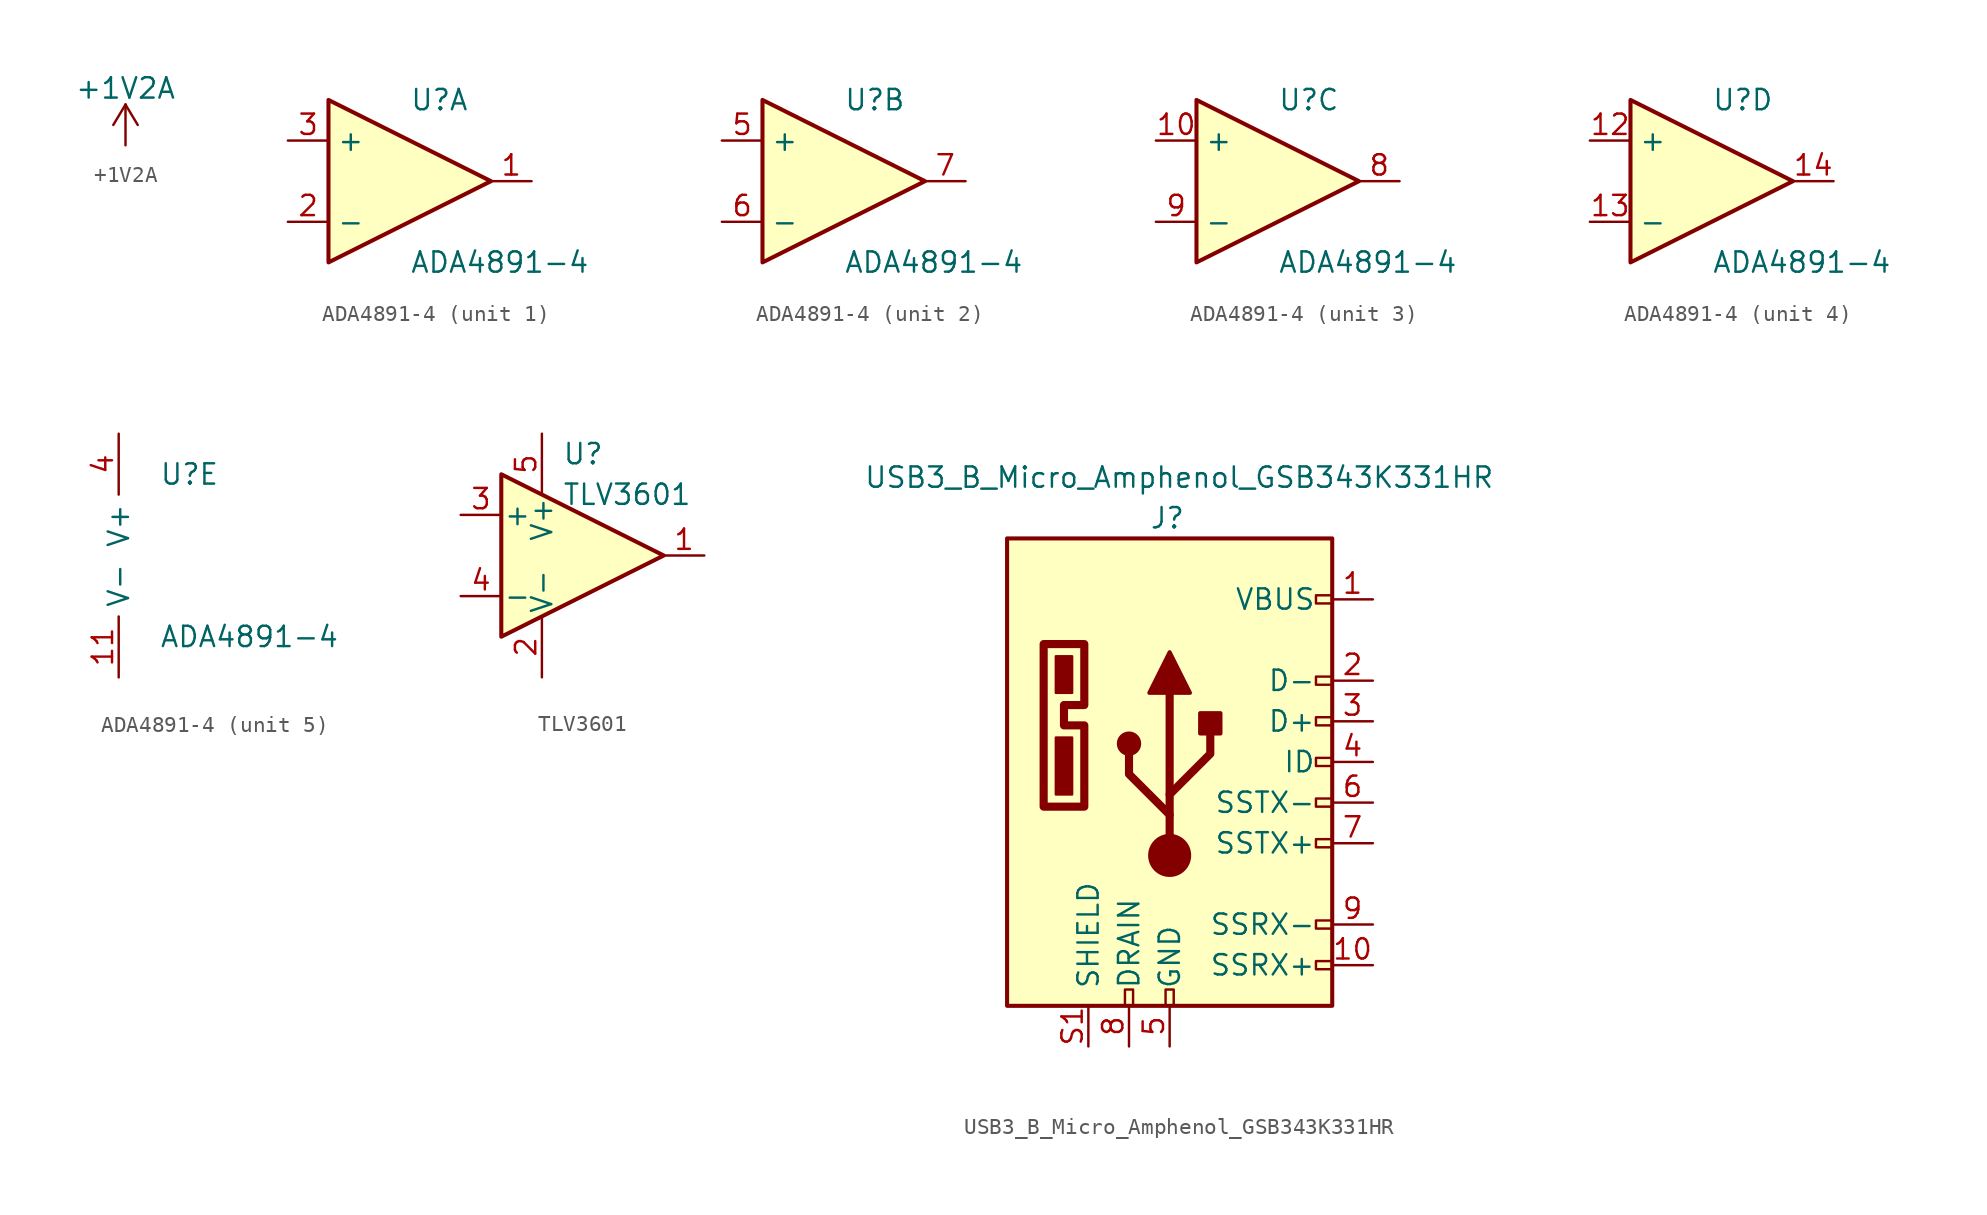
<source format=kicad_sym>
(kicad_symbol_lib
  (version 20211014)
  (generator kicad_symbol_editor)
  (symbol "+1V2A"
    (power)
    (pin_names
      (offset 0))
    (property "Reference" "#PWR"
      (at 0 -3.81 0)
      (effects (font (size 1.27 1.27)) hide))
    (property "Value" "+1V2A"
      (at 0 3.556 0)
      (effects (font (size 1.27 1.27))))
    (symbol "+1V2A_0_1"
      (polyline (pts (xy -0.762 1.27) (xy 0 2.54)) (stroke (width 0) (type default) (color 0 0 0 0)) (fill (type none)))
      (polyline (pts (xy 0 0) (xy 0 2.54)) (stroke (width 0) (type default) (color 0 0 0 0)) (fill (type none)))
      (polyline (pts (xy 0 2.54) (xy 0.762 1.27)) (stroke (width 0) (type default) (color 0 0 0 0)) (fill (type none))))
    (symbol "+1V2A_1_1"
      (pin power_in line (at 0 0 90) (length 0) hide (name "+1V2A" (effects (font (size 1.27 1.27)))) (number "1" (effects (font (size 1.27 1.27)))))))
  (symbol "ADA4891-4"
    (property "Reference" "U"
      (at 0 5.08 0)
      (effects (font (size 1.27 1.27)) (justify left)))
    (property "Value" "ADA4891-4"
      (at 0 -5.08 0)
      (effects (font (size 1.27 1.27)) (justify left)))
    (property "ki_locked" ""
      (at 0 0 0)
      (effects (font (size 1.27 1.27))))
    (symbol "ADA4891-4_1_1"
      (polyline (pts (xy -5.08 5.08) (xy 5.08 0) (xy -5.08 -5.08) (xy -5.08 5.08)) (stroke (width 0.254) (type default) (color 0 0 0 0)) (fill (type background)))
      (pin output line (at 7.62 0 180) (length 2.54) (name "~" (effects (font (size 1.27 1.27)))) (number "1" (effects (font (size 1.27 1.27)))))
      (pin input line (at -7.62 -2.54 0) (length 2.54) (name "-" (effects (font (size 1.27 1.27)))) (number "2" (effects (font (size 1.27 1.27)))))
      (pin input line (at -7.62 2.54 0) (length 2.54) (name "+" (effects (font (size 1.27 1.27)))) (number "3" (effects (font (size 1.27 1.27))))))
    (symbol "ADA4891-4_2_1"
      (polyline (pts (xy -5.08 5.08) (xy 5.08 0) (xy -5.08 -5.08) (xy -5.08 5.08)) (stroke (width 0.254) (type default) (color 0 0 0 0)) (fill (type background)))
      (pin input line (at -7.62 2.54 0) (length 2.54) (name "+" (effects (font (size 1.27 1.27)))) (number "5" (effects (font (size 1.27 1.27)))))
      (pin input line (at -7.62 -2.54 0) (length 2.54) (name "-" (effects (font (size 1.27 1.27)))) (number "6" (effects (font (size 1.27 1.27)))))
      (pin output line (at 7.62 0 180) (length 2.54) (name "~" (effects (font (size 1.27 1.27)))) (number "7" (effects (font (size 1.27 1.27))))))
    (symbol "ADA4891-4_3_1"
      (polyline (pts (xy -5.08 5.08) (xy 5.08 0) (xy -5.08 -5.08) (xy -5.08 5.08)) (stroke (width 0.254) (type default) (color 0 0 0 0)) (fill (type background)))
      (pin input line (at -7.62 2.54 0) (length 2.54) (name "+" (effects (font (size 1.27 1.27)))) (number "10" (effects (font (size 1.27 1.27)))))
      (pin output line (at 7.62 0 180) (length 2.54) (name "~" (effects (font (size 1.27 1.27)))) (number "8" (effects (font (size 1.27 1.27)))))
      (pin input line (at -7.62 -2.54 0) (length 2.54) (name "-" (effects (font (size 1.27 1.27)))) (number "9" (effects (font (size 1.27 1.27))))))
    (symbol "ADA4891-4_4_1"
      (polyline (pts (xy -5.08 5.08) (xy 5.08 0) (xy -5.08 -5.08) (xy -5.08 5.08)) (stroke (width 0.254) (type default) (color 0 0 0 0)) (fill (type background)))
      (pin input line (at -7.62 2.54 0) (length 2.54) (name "+" (effects (font (size 1.27 1.27)))) (number "12" (effects (font (size 1.27 1.27)))))
      (pin input line (at -7.62 -2.54 0) (length 2.54) (name "-" (effects (font (size 1.27 1.27)))) (number "13" (effects (font (size 1.27 1.27)))))
      (pin output line (at 7.62 0 180) (length 2.54) (name "~" (effects (font (size 1.27 1.27)))) (number "14" (effects (font (size 1.27 1.27))))))
    (symbol "ADA4891-4_5_1"
      (pin power_in line (at -2.54 -7.62 90) (length 3.81) (name "V-" (effects (font (size 1.27 1.27)))) (number "11" (effects (font (size 1.27 1.27)))))
      (pin power_in line (at -2.54 7.62 270) (length 3.81) (name "V+" (effects (font (size 1.27 1.27)))) (number "4" (effects (font (size 1.27 1.27)))))))
  (symbol "TLV3601"
    (pin_names
      (offset 0.127))
    (property "Reference" "U"
      (at -1.27 6.35 0)
      (effects (font (size 1.27 1.27)) (justify left)))
    (property "Value" "TLV3601"
      (at -1.27 3.81 0)
      (effects (font (size 1.27 1.27)) (justify left)))
    (symbol "TLV3601_0_1"
      (polyline (pts (xy -5.08 5.08) (xy 5.08 0) (xy -5.08 -5.08) (xy -5.08 5.08)) (stroke (width 0.254) (type default) (color 0 0 0 0)) (fill (type background)))
      (pin power_in line (at -2.54 -7.62 90) (length 3.81) (name "V-" (effects (font (size 1.27 1.27)))) (number "2" (effects (font (size 1.27 1.27)))))
      (pin power_in line (at -2.54 7.62 270) (length 3.81) (name "V+" (effects (font (size 1.27 1.27)))) (number "5" (effects (font (size 1.27 1.27))))))
    (symbol "TLV3601_1_1"
      (pin output line (at 7.62 0 180) (length 2.54) (name "~" (effects (font (size 1.27 1.27)))) (number "1" (effects (font (size 1.27 1.27)))))
      (pin input line (at -7.62 2.54 0) (length 2.54) (name "+" (effects (font (size 1.27 1.27)))) (number "3" (effects (font (size 1.27 1.27)))))
      (pin input line (at -7.62 -2.54 0) (length 2.54) (name "-" (effects (font (size 1.27 1.27)))) (number "4" (effects (font (size 1.27 1.27)))))))
  (symbol "USB3_B_Micro_Amphenol_GSB343K331HR"
    (pin_names
      (offset 1.016))
    (property "Reference" "J"
      (at -1.27 15.24 0)
      (effects (font (size 1.27 1.27)) (justify left)))
    (property "Value" "USB3_B_Micro_Amphenol_GSB343K331HR"
      (at 20.32 17.78 0)
      (effects (font (size 1.27 1.27)) (justify right)))
    (symbol "USB3_B_Micro_Amphenol_GSB343K331HR_0_0"
      (rectangle (start -2.794 -15.24) (end -2.286 -14.224) (stroke (width 0) (type default) (color 0 0 0 0)) (fill (type none)))
      (rectangle (start -0.254 -15.24) (end 0.254 -14.224) (stroke (width 0) (type default) (color 0 0 0 0)) (fill (type none)))
      (rectangle (start 10.16 -12.446) (end 9.144 -12.954) (stroke (width 0) (type default) (color 0 0 0 0)) (fill (type none)))
      (rectangle (start 10.16 -9.906) (end 9.144 -10.414) (stroke (width 0) (type default) (color 0 0 0 0)) (fill (type none)))
      (rectangle (start 10.16 -4.826) (end 9.144 -5.334) (stroke (width 0) (type default) (color 0 0 0 0)) (fill (type none)))
      (rectangle (start 10.16 -2.286) (end 9.144 -2.794) (stroke (width 0) (type default) (color 0 0 0 0)) (fill (type none)))
      (rectangle (start 10.16 0.254) (end 9.144 -0.254) (stroke (width 0) (type default) (color 0 0 0 0)) (fill (type none)))
      (rectangle (start 10.16 2.794) (end 9.144 2.286) (stroke (width 0) (type default) (color 0 0 0 0)) (fill (type none)))
      (rectangle (start 10.16 5.334) (end 9.144 4.826) (stroke (width 0) (type default) (color 0 0 0 0)) (fill (type none)))
      (rectangle (start 10.16 10.414) (end 9.144 9.906) (stroke (width 0) (type default) (color 0 0 0 0)) (fill (type none))))
    (symbol "USB3_B_Micro_Amphenol_GSB343K331HR_0_1"
      (rectangle (start -10.16 13.97) (end 10.16 -15.24) (stroke (width 0.254) (type default) (color 0 0 0 0)) (fill (type background)))
      (rectangle (start -7.112 1.524) (end -6.096 -2.032) (stroke (width 0) (type default) (color 0 0 0 0)) (fill (type outline)))
      (rectangle (start -7.112 6.604) (end -6.096 4.318) (stroke (width 0) (type default) (color 0 0 0 0)) (fill (type outline)))
      (polyline (pts (xy -7.874 7.366) (xy -7.874 -2.794) (xy -5.334 -2.794) (xy -5.334 2.286) (xy -6.604 2.286) (xy -6.604 3.556) (xy -5.334 3.556) (xy -5.334 7.366) (xy -7.874 7.366)) (stroke (width 0.508) (type default) (color 0 0 0 0)) (fill (type none))))
    (symbol "USB3_B_Micro_Amphenol_GSB343K331HR_1_1"
      (circle (center -2.54 1.143) (radius 0.635) (stroke (width 0.254) (type default) (color 0 0 0 0)) (fill (type outline)))
      (circle (center 0 -5.842) (radius 1.27) (stroke (width 0) (type default) (color 0 0 0 0)) (fill (type outline)))
      (polyline (pts (xy 0 -5.842) (xy 0 4.318)) (stroke (width 0.508) (type default) (color 0 0 0 0)) (fill (type none)))
      (polyline (pts (xy 0 -3.302) (xy -2.54 -0.762) (xy -2.54 0.508)) (stroke (width 0.508) (type default) (color 0 0 0 0)) (fill (type none)))
      (polyline (pts (xy 0 -2.032) (xy 2.54 0.508) (xy 2.54 1.778)) (stroke (width 0.508) (type default) (color 0 0 0 0)) (fill (type none)))
      (polyline (pts (xy -1.27 4.318) (xy 0 6.858) (xy 1.27 4.318) (xy -1.27 4.318)) (stroke (width 0.254) (type default) (color 0 0 0 0)) (fill (type outline)))
      (rectangle (start 1.905 1.778) (end 3.175 3.048) (stroke (width 0.254) (type default) (color 0 0 0 0)) (fill (type outline)))
      (pin power_out line (at 12.7 10.16 180) (length 2.54) (name "VBUS" (effects (font (size 1.27 1.27)))) (number "1" (effects (font (size 1.27 1.27)))))
      (pin input line (at 12.7 -12.7 180) (length 2.54) (name "SSRX+" (effects (font (size 1.27 1.27)))) (number "10" (effects (font (size 1.27 1.27)))))
      (pin bidirectional line (at 12.7 5.08 180) (length 2.54) (name "D-" (effects (font (size 1.27 1.27)))) (number "2" (effects (font (size 1.27 1.27)))))
      (pin bidirectional line (at 12.7 2.54 180) (length 2.54) (name "D+" (effects (font (size 1.27 1.27)))) (number "3" (effects (font (size 1.27 1.27)))))
      (pin passive line (at 12.7 0 180) (length 2.54) (name "ID" (effects (font (size 1.27 1.27)))) (number "4" (effects (font (size 1.27 1.27)))))
      (pin power_out line (at 0 -17.78 90) (length 2.54) (name "GND" (effects (font (size 1.27 1.27)))) (number "5" (effects (font (size 1.27 1.27)))))
      (pin output line (at 12.7 -2.54 180) (length 2.54) (name "SSTX-" (effects (font (size 1.27 1.27)))) (number "6" (effects (font (size 1.27 1.27)))))
      (pin output line (at 12.7 -5.08 180) (length 2.54) (name "SSTX+" (effects (font (size 1.27 1.27)))) (number "7" (effects (font (size 1.27 1.27)))))
      (pin passive line (at -2.54 -17.78 90) (length 2.54) (name "DRAIN" (effects (font (size 1.27 1.27)))) (number "8" (effects (font (size 1.27 1.27)))))
      (pin input line (at 12.7 -10.16 180) (length 2.54) (name "SSRX-" (effects (font (size 1.27 1.27)))) (number "9" (effects (font (size 1.27 1.27)))))
      (pin passive line (at -5.08 -17.78 90) (length 2.54) (name "SHIELD" (effects (font (size 1.27 1.27)))) (number "S1" (effects (font (size 1.27 1.27)))))
      (pin passive line (at -5.08 -17.78 90) (length 2.54) hide (name "SHIELD" (effects (font (size 1.27 1.27)))) (number "S2" (effects (font (size 1.27 1.27))))))))
</source>
